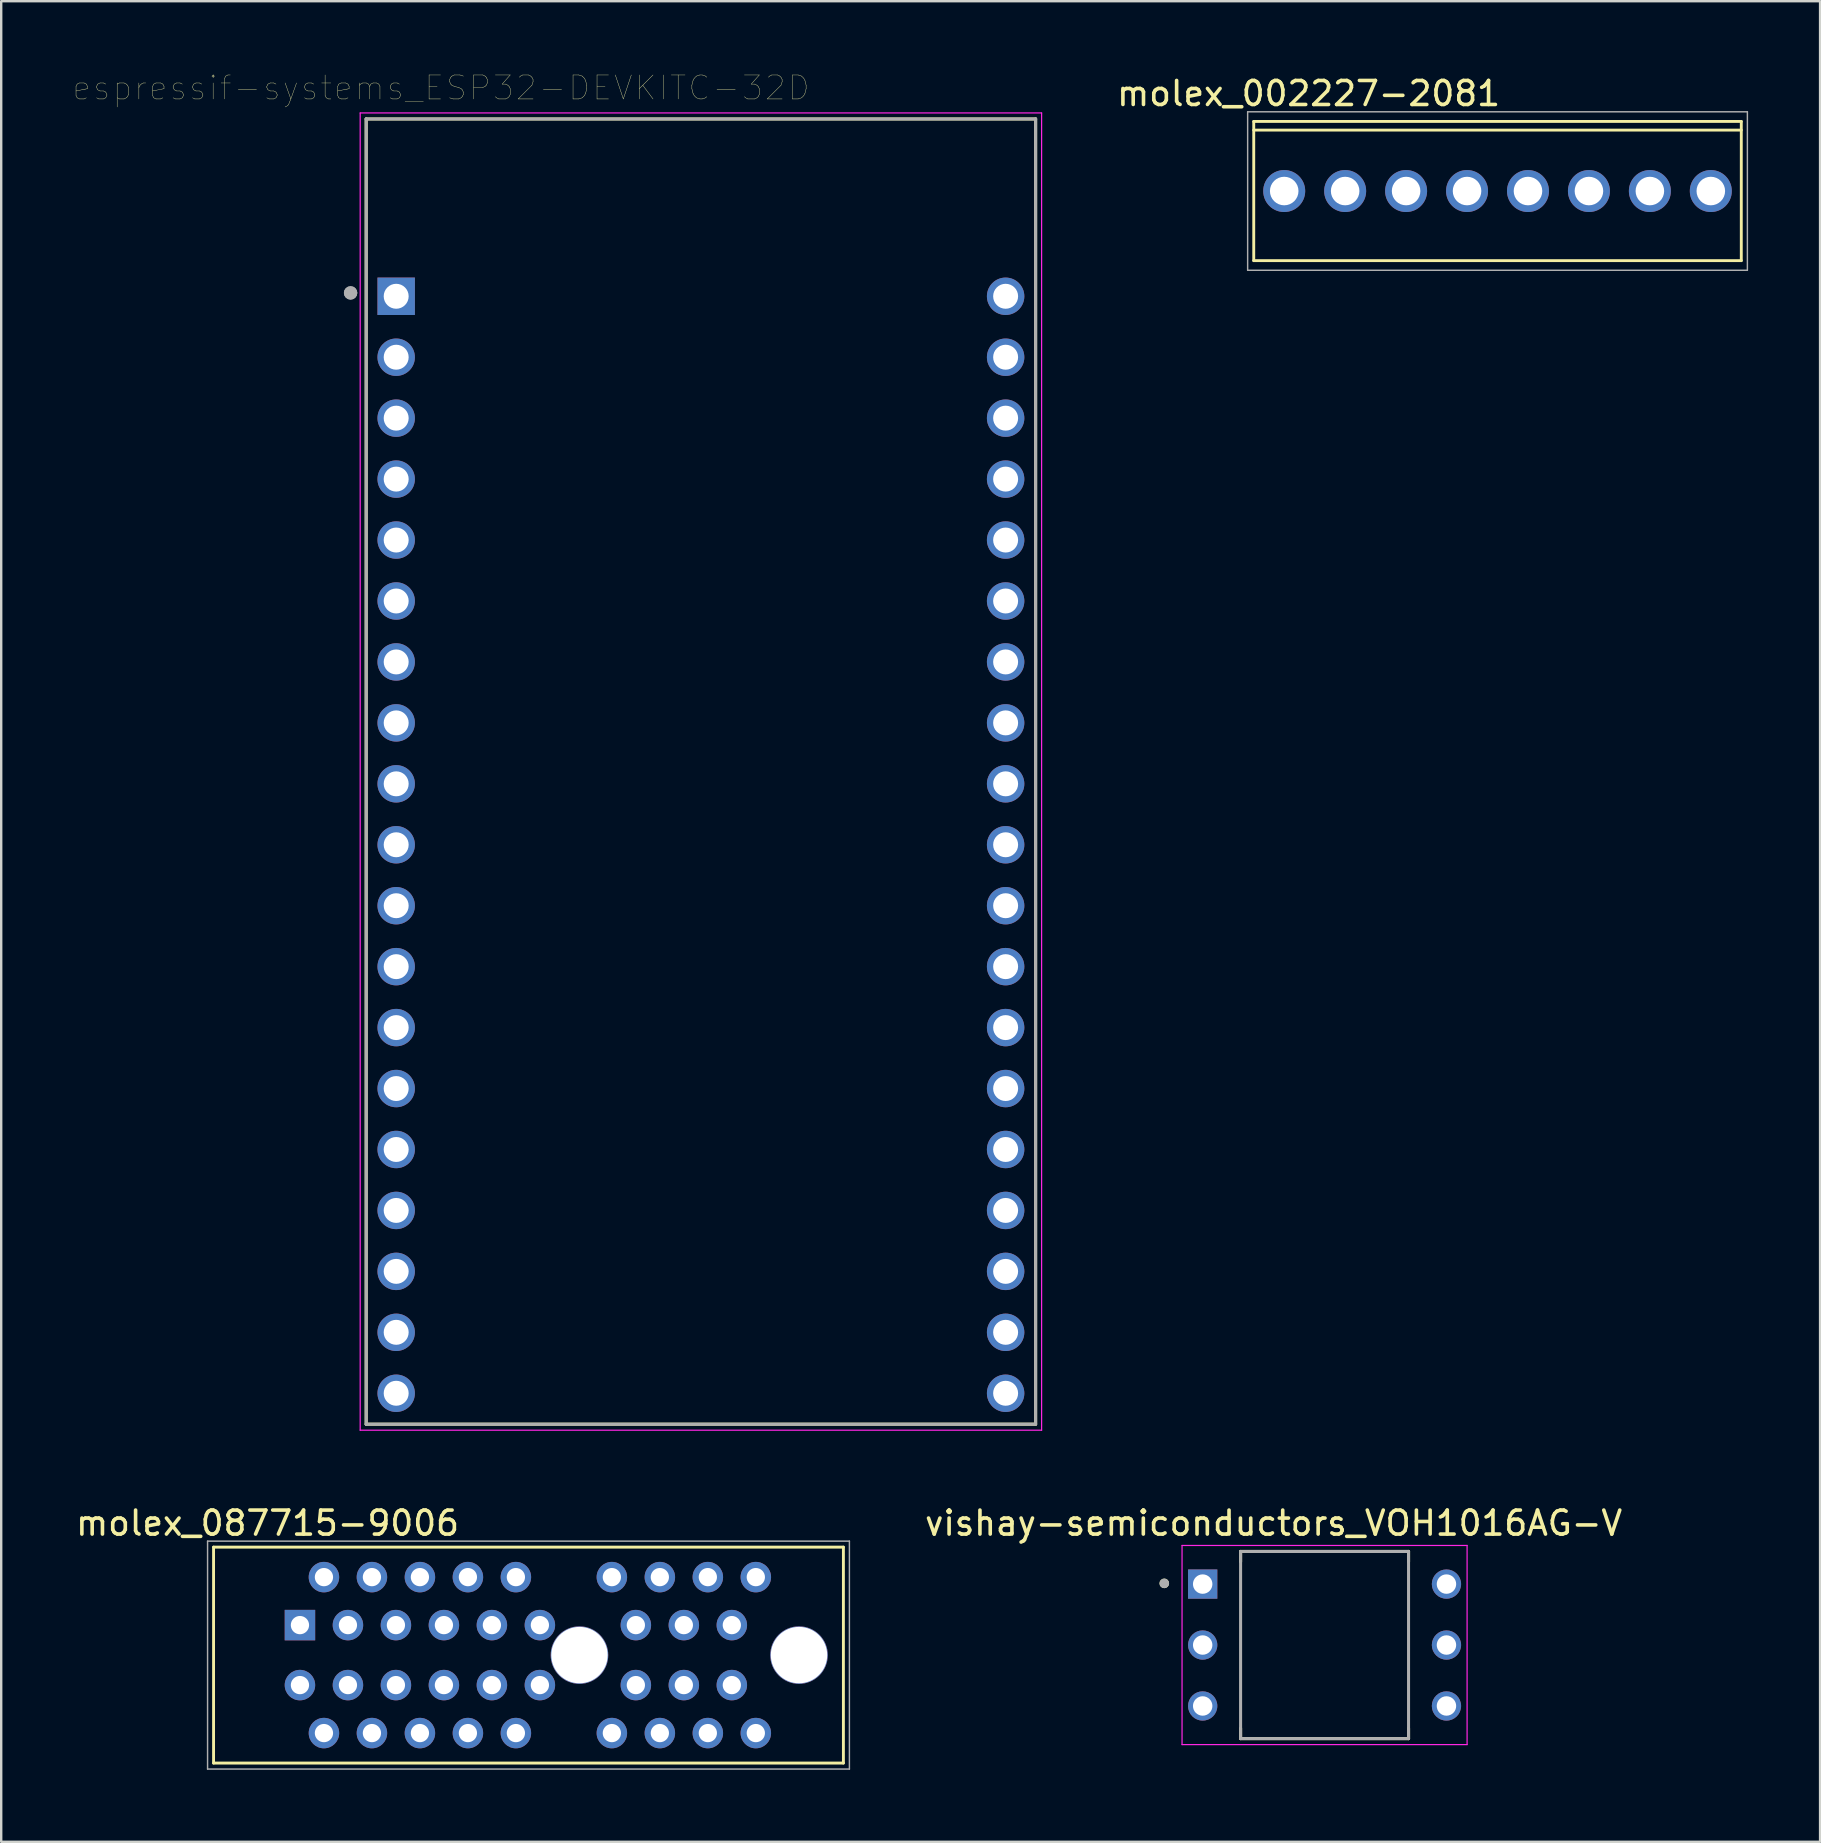
<source format=kicad_pcb>
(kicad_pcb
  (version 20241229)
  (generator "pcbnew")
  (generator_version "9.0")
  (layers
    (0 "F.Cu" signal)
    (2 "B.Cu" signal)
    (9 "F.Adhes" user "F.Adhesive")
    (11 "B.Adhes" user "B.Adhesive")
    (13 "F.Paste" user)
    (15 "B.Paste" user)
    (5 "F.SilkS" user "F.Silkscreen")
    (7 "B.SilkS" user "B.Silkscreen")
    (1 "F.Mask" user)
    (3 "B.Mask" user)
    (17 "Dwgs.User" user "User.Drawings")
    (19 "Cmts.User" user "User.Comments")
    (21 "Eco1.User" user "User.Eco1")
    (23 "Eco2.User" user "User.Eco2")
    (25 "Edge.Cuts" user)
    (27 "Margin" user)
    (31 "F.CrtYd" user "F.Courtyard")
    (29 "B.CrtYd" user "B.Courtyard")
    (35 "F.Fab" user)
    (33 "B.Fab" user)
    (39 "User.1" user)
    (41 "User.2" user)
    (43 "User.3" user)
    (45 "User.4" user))
  (footprint "molex_087715-9006"
    (layer "F.Cu")
    (at 21.101 65.931)
    (property "Reference" "molex_087715-9006" (at -13 -5.5 0) (layer "F.SilkS") (effects (font (size 1 1) (thickness 0.15))))
    (attr through_hole)
    (fp_line (start -15.25 -4.5) (end -15.25 4.5) (stroke (width 0.12) (type solid)) (layer "F.SilkS"))
    (fp_line (start -15.25 4.5) (end 11 4.5) (stroke (width 0.12) (type solid)) (layer "F.SilkS"))
    (fp_line (start 11 -4.5) (end -15.25 -4.5) (stroke (width 0.12) (type solid)) (layer "F.SilkS"))
    (fp_line (start 11 4.5) (end 11 -4.5) (stroke (width 0.12) (type solid)) (layer "F.SilkS"))
    (fp_line (start -15.5 -4.75) (end -15.5 4.75) (stroke (width 0.06) (type solid)) (layer "F.Fab"))
    (fp_line (start -15.5 4.75) (end 11.25 4.75) (stroke (width 0.06) (type solid)) (layer "F.Fab"))
    (fp_line (start 11.25 -4.75) (end -15.5 -4.75) (stroke (width 0.06) (type solid)) (layer "F.Fab"))
    (fp_line (start 11.25 4.75) (end 11.25 -4.75) (stroke (width 0.06) (type solid)) (layer "F.Fab"))
    (pad "" np_thru_hole circle (at 0 0) (size 2.4 2.4) (drill 2.35) (layers "*.Cu" "*.Mask"))
    (pad "" np_thru_hole circle (at 9.15 0) (size 2.4 2.4) (drill 2.35) (layers "*.Cu" "*.Mask"))
    (pad "1" thru_hole rect (at -11.65 -1.25) (size 1.27 1.27) (drill 0.762) (layers "*.Cu" "*.Mask"))
    (pad "2" thru_hole circle (at -11.65 1.25) (size 1.27 1.27) (drill 0.762) (layers "*.Cu" "*.Mask"))
    (pad "3" thru_hole circle (at -10.65 -3.25) (size 1.27 1.27) (drill 0.762) (layers "*.Cu" "*.Mask"))
    (pad "4" thru_hole circle (at -10.65 3.25) (size 1.27 1.27) (drill 0.762) (layers "*.Cu" "*.Mask"))
    (pad "5" thru_hole circle (at -9.65 -1.25) (size 1.27 1.27) (drill 0.762) (layers "*.Cu" "*.Mask"))
    (pad "6" thru_hole circle (at -9.65 1.25) (size 1.27 1.27) (drill 0.762) (layers "*.Cu" "*.Mask"))
    (pad "7" thru_hole circle (at -8.65 -3.25) (size 1.27 1.27) (drill 0.762) (layers "*.Cu" "*.Mask"))
    (pad "8" thru_hole circle (at -8.65 3.25) (size 1.27 1.27) (drill 0.762) (layers "*.Cu" "*.Mask"))
    (pad "9" thru_hole circle (at -7.65 -1.25) (size 1.27 1.27) (drill 0.762) (layers "*.Cu" "*.Mask"))
    (pad "10" thru_hole circle (at -7.65 1.25) (size 1.27 1.27) (drill 0.762) (layers "*.Cu" "*.Mask"))
    (pad "11" thru_hole circle (at -6.65 -3.25) (size 1.27 1.27) (drill 0.762) (layers "*.Cu" "*.Mask"))
    (pad "12" thru_hole circle (at -6.65 3.25) (size 1.27 1.27) (drill 0.762) (layers "*.Cu" "*.Mask"))
    (pad "13" thru_hole circle (at -5.65 -1.25) (size 1.27 1.27) (drill 0.762) (layers "*.Cu" "*.Mask"))
    (pad "14" thru_hole circle (at -5.65 1.25) (size 1.27 1.27) (drill 0.762) (layers "*.Cu" "*.Mask"))
    (pad "15" thru_hole circle (at -4.65 -3.25) (size 1.27 1.27) (drill 0.762) (layers "*.Cu" "*.Mask"))
    (pad "16" thru_hole circle (at -4.65 3.25) (size 1.27 1.27) (drill 0.762) (layers "*.Cu" "*.Mask"))
    (pad "17" thru_hole circle (at -3.65 -1.25) (size 1.27 1.27) (drill 0.762) (layers "*.Cu" "*.Mask"))
    (pad "18" thru_hole circle (at -3.65 1.25) (size 1.27 1.27) (drill 0.762) (layers "*.Cu" "*.Mask"))
    (pad "19" thru_hole circle (at -2.65 -3.25) (size 1.27 1.27) (drill 0.762) (layers "*.Cu" "*.Mask"))
    (pad "20" thru_hole circle (at -2.65 3.25) (size 1.27 1.27) (drill 0.762) (layers "*.Cu" "*.Mask"))
    (pad "21" thru_hole circle (at -1.65 -1.25) (size 1.27 1.27) (drill 0.762) (layers "*.Cu" "*.Mask"))
    (pad "22" thru_hole circle (at -1.65 1.25) (size 1.27 1.27) (drill 0.762) (layers "*.Cu" "*.Mask"))
    (pad "23" thru_hole circle (at 1.35 -3.25 180) (size 1.27 1.27) (drill 0.762) (layers "*.Cu" "*.Mask"))
    (pad "24" thru_hole circle (at 1.35 3.25 180) (size 1.27 1.27) (drill 0.762) (layers "*.Cu" "*.Mask"))
    (pad "25" thru_hole circle (at 2.35 -1.25 180) (size 1.27 1.27) (drill 0.762) (layers "*.Cu" "*.Mask"))
    (pad "26" thru_hole circle (at 2.35 1.25 180) (size 1.27 1.27) (drill 0.762) (layers "*.Cu" "*.Mask"))
    (pad "27" thru_hole circle (at 3.35 -3.25 180) (size 1.27 1.27) (drill 0.762) (layers "*.Cu" "*.Mask"))
    (pad "28" thru_hole circle (at 3.35 3.25 180) (size 1.27 1.27) (drill 0.762) (layers "*.Cu" "*.Mask"))
    (pad "29" thru_hole circle (at 4.35 -1.25 180) (size 1.27 1.27) (drill 0.762) (layers "*.Cu" "*.Mask"))
    (pad "30" thru_hole circle (at 4.35 1.25 180) (size 1.27 1.27) (drill 0.762) (layers "*.Cu" "*.Mask"))
    (pad "31" thru_hole circle (at 5.35 -3.25 180) (size 1.27 1.27) (drill 0.762) (layers "*.Cu" "*.Mask"))
    (pad "32" thru_hole circle (at 5.35 3.25 180) (size 1.27 1.27) (drill 0.762) (layers "*.Cu" "*.Mask"))
    (pad "33" thru_hole circle (at 6.35 -1.25 180) (size 1.27 1.27) (drill 0.762) (layers "*.Cu" "*.Mask"))
    (pad "34" thru_hole circle (at 6.35 1.25 180) (size 1.27 1.27) (drill 0.762) (layers "*.Cu" "*.Mask"))
    (pad "35" thru_hole circle (at 7.35 -3.25 180) (size 1.27 1.27) (drill 0.762) (layers "*.Cu" "*.Mask"))
    (pad "36" thru_hole circle (at 7.35 3.25 180) (size 1.27 1.27) (drill 0.762) (layers "*.Cu" "*.Mask")))
  (footprint "espressif-systems_ESP32-DEVKITC-32D"
    (layer "F.Cu")
    (at 26.162 29.058)
    (property "Reference" "espressif-systems_ESP32-DEVKITC-32D" (at -10.829 -28.446 0) (layer "F.SilkS") (effects (font (size 1 1) (thickness 0.015))))
    (attr through_hole)
    (fp_line (start -13.95 -27.15) (end 13.95 -27.15) (stroke (width 0.127) (type solid)) (layer "F.SilkS"))
    (fp_line (start -13.95 27.25) (end -13.95 -27.15) (stroke (width 0.127) (type solid)) (layer "F.SilkS"))
    (fp_line (start 13.95 -27.15) (end 13.95 27.25) (stroke (width 0.127) (type solid)) (layer "F.SilkS"))
    (fp_line (start 13.95 27.25) (end -13.95 27.25) (stroke (width 0.127) (type solid)) (layer "F.SilkS"))
    (fp_line (start -14.2 -27.4) (end 14.2 -27.4) (stroke (width 0.05) (type solid)) (layer "F.CrtYd"))
    (fp_line (start -14.2 27.5) (end -14.2 -27.4) (stroke (width 0.05) (type solid)) (layer "F.CrtYd"))
    (fp_line (start 14.2 -27.4) (end 14.2 27.5) (stroke (width 0.05) (type solid)) (layer "F.CrtYd"))
    (fp_line (start 14.2 27.5) (end -14.2 27.5) (stroke (width 0.05) (type solid)) (layer "F.CrtYd"))
    (fp_line (start -13.95 -27.15) (end 13.95 -27.15) (stroke (width 0.127) (type solid)) (layer "F.Fab"))
    (fp_line (start -13.95 27.25) (end -13.95 -27.15) (stroke (width 0.127) (type solid)) (layer "F.Fab"))
    (fp_line (start 13.95 -27.15) (end 13.95 27.25) (stroke (width 0.127) (type solid)) (layer "F.Fab"))
    (fp_line (start 13.95 27.25) (end -13.95 27.25) (stroke (width 0.127) (type solid)) (layer "F.Fab"))
    (fp_circle (center -14.6 -19.9) (end -14.46 -19.9) (stroke (width 0.28) (type solid)) (fill no) (layer "F.Fab"))
    (fp_circle (center -14.6 -19.9) (end -14.46 -19.9) (stroke (width 0.28) (type solid)) (fill no) (layer "F.Fab"))
    (pad "1" thru_hole rect (at -12.7 -19.76) (size 1.56 1.56) (drill 1.04) (layers "*.Cu" "*.Mask"))
    (pad "2" thru_hole circle (at -12.7 -17.22) (size 1.56 1.56) (drill 1.04) (layers "*.Cu" "*.Mask"))
    (pad "3" thru_hole circle (at -12.7 -14.68) (size 1.56 1.56) (drill 1.04) (layers "*.Cu" "*.Mask"))
    (pad "4" thru_hole circle (at -12.7 -12.14) (size 1.56 1.56) (drill 1.04) (layers "*.Cu" "*.Mask"))
    (pad "5" thru_hole circle (at -12.7 -9.6) (size 1.56 1.56) (drill 1.04) (layers "*.Cu" "*.Mask"))
    (pad "6" thru_hole circle (at -12.7 -7.06) (size 1.56 1.56) (drill 1.04) (layers "*.Cu" "*.Mask"))
    (pad "7" thru_hole circle (at -12.7 -4.52) (size 1.56 1.56) (drill 1.04) (layers "*.Cu" "*.Mask"))
    (pad "8" thru_hole circle (at -12.7 -1.98) (size 1.56 1.56) (drill 1.04) (layers "*.Cu" "*.Mask"))
    (pad "9" thru_hole circle (at -12.7 0.56) (size 1.56 1.56) (drill 1.04) (layers "*.Cu" "*.Mask"))
    (pad "10" thru_hole circle (at -12.7 3.1) (size 1.56 1.56) (drill 1.04) (layers "*.Cu" "*.Mask"))
    (pad "11" thru_hole circle (at -12.7 5.64) (size 1.56 1.56) (drill 1.04) (layers "*.Cu" "*.Mask"))
    (pad "12" thru_hole circle (at -12.7 8.18) (size 1.56 1.56) (drill 1.04) (layers "*.Cu" "*.Mask"))
    (pad "13" thru_hole circle (at -12.7 10.72) (size 1.56 1.56) (drill 1.04) (layers "*.Cu" "*.Mask"))
    (pad "14" thru_hole circle (at -12.7 13.26) (size 1.56 1.56) (drill 1.04) (layers "*.Cu" "*.Mask"))
    (pad "15" thru_hole circle (at -12.7 15.8) (size 1.56 1.56) (drill 1.04) (layers "*.Cu" "*.Mask"))
    (pad "16" thru_hole circle (at -12.7 18.34) (size 1.56 1.56) (drill 1.04) (layers "*.Cu" "*.Mask"))
    (pad "17" thru_hole circle (at -12.7 20.88) (size 1.56 1.56) (drill 1.04) (layers "*.Cu" "*.Mask"))
    (pad "18" thru_hole circle (at -12.7 23.42) (size 1.56 1.56) (drill 1.04) (layers "*.Cu" "*.Mask"))
    (pad "19" thru_hole circle (at -12.7 25.96) (size 1.56 1.56) (drill 1.04) (layers "*.Cu" "*.Mask"))
    (pad "20" thru_hole circle (at 12.7 -19.76) (size 1.56 1.56) (drill 1.04) (layers "*.Cu" "*.Mask"))
    (pad "21" thru_hole circle (at 12.7 -17.22) (size 1.56 1.56) (drill 1.04) (layers "*.Cu" "*.Mask"))
    (pad "22" thru_hole circle (at 12.7 -14.68) (size 1.56 1.56) (drill 1.04) (layers "*.Cu" "*.Mask"))
    (pad "23" thru_hole circle (at 12.7 -12.14) (size 1.56 1.56) (drill 1.04) (layers "*.Cu" "*.Mask"))
    (pad "24" thru_hole circle (at 12.7 -9.6) (size 1.56 1.56) (drill 1.04) (layers "*.Cu" "*.Mask"))
    (pad "25" thru_hole circle (at 12.7 -7.06) (size 1.56 1.56) (drill 1.04) (layers "*.Cu" "*.Mask"))
    (pad "26" thru_hole circle (at 12.7 -4.52) (size 1.56 1.56) (drill 1.04) (layers "*.Cu" "*.Mask"))
    (pad "27" thru_hole circle (at 12.7 -1.98) (size 1.56 1.56) (drill 1.04) (layers "*.Cu" "*.Mask"))
    (pad "28" thru_hole circle (at 12.7 0.56) (size 1.56 1.56) (drill 1.04) (layers "*.Cu" "*.Mask"))
    (pad "29" thru_hole circle (at 12.7 3.1) (size 1.56 1.56) (drill 1.04) (layers "*.Cu" "*.Mask"))
    (pad "30" thru_hole circle (at 12.7 5.64) (size 1.56 1.56) (drill 1.04) (layers "*.Cu" "*.Mask"))
    (pad "31" thru_hole circle (at 12.7 8.18) (size 1.56 1.56) (drill 1.04) (layers "*.Cu" "*.Mask"))
    (pad "32" thru_hole circle (at 12.7 10.72) (size 1.56 1.56) (drill 1.04) (layers "*.Cu" "*.Mask"))
    (pad "33" thru_hole circle (at 12.7 13.26) (size 1.56 1.56) (drill 1.04) (layers "*.Cu" "*.Mask"))
    (pad "34" thru_hole circle (at 12.7 15.8) (size 1.56 1.56) (drill 1.04) (layers "*.Cu" "*.Mask"))
    (pad "35" thru_hole circle (at 12.7 18.34) (size 1.56 1.56) (drill 1.04) (layers "*.Cu" "*.Mask"))
    (pad "36" thru_hole circle (at 12.7 20.88) (size 1.56 1.56) (drill 1.04) (layers "*.Cu" "*.Mask"))
    (pad "37" thru_hole circle (at 12.7 23.42) (size 1.56 1.56) (drill 1.04) (layers "*.Cu" "*.Mask"))
    (pad "38" thru_hole circle (at 12.7 25.96) (size 1.56 1.56) (drill 1.04) (layers "*.Cu" "*.Mask")))
  (footprint "vishay-semiconductors_VOH1016AG-V"
    (layer "F.Cu")
    (at 52.155 65.511)
    (property "Reference" "vishay-semiconductors_VOH1016AG-V" (at -2.125 -5.08 0) (layer "F.SilkS") (effects (font (size 1 1) (thickness 0.15))))
    (attr through_hole)
    (fp_line (start -3.5 -3.9) (end -3.5 -3.47) (stroke (width 0.127) (type solid)) (layer "F.SilkS"))
    (fp_line (start -3.5 3.9) (end -3.5 3.47) (stroke (width 0.127) (type solid)) (layer "F.SilkS"))
    (fp_line (start -3.5 3.9) (end 3.5 3.9) (stroke (width 0.127) (type solid)) (layer "F.SilkS"))
    (fp_line (start 3.5 -3.9) (end -3.5 -3.9) (stroke (width 0.127) (type solid)) (layer "F.SilkS"))
    (fp_line (start 3.5 -3.9) (end 3.5 -3.47) (stroke (width 0.127) (type solid)) (layer "F.SilkS"))
    (fp_line (start 3.5 3.9) (end 3.5 3.47) (stroke (width 0.127) (type solid)) (layer "F.SilkS"))
    (fp_circle (center -6.68 -2.57) (end -6.58 -2.57) (stroke (width 0.2) (type solid)) (fill no) (layer "F.SilkS"))
    (fp_line (start -5.94 -4.15) (end -5.94 4.15) (stroke (width 0.05) (type solid)) (layer "F.CrtYd"))
    (fp_line (start -5.94 4.15) (end 5.94 4.15) (stroke (width 0.05) (type solid)) (layer "F.CrtYd"))
    (fp_line (start 5.94 -4.15) (end -5.94 -4.15) (stroke (width 0.05) (type solid)) (layer "F.CrtYd"))
    (fp_line (start 5.94 4.15) (end 5.94 -4.15) (stroke (width 0.05) (type solid)) (layer "F.CrtYd"))
    (fp_line (start -3.5 -3.9) (end -3.5 3.9) (stroke (width 0.127) (type solid)) (layer "F.Fab"))
    (fp_line (start -3.5 3.9) (end 3.5 3.9) (stroke (width 0.127) (type solid)) (layer "F.Fab"))
    (fp_line (start 3.5 -3.9) (end -3.5 -3.9) (stroke (width 0.127) (type solid)) (layer "F.Fab"))
    (fp_line (start 3.5 3.9) (end 3.5 -3.9) (stroke (width 0.127) (type solid)) (layer "F.Fab"))
    (fp_circle (center -6.68 -2.57) (end -6.58 -2.57) (stroke (width 0.2) (type solid)) (fill no) (layer "F.Fab"))
    (pad "1" thru_hole rect (at -5.08 -2.54) (size 1.22 1.22) (drill 0.81) (layers "*.Cu" "*.Mask"))
    (pad "2" thru_hole circle (at -5.08 0) (size 1.22 1.22) (drill 0.81) (layers "*.Cu" "*.Mask"))
    (pad "3" thru_hole circle (at -5.08 2.54) (size 1.22 1.22) (drill 0.81) (layers "*.Cu" "*.Mask"))
    (pad "4" thru_hole circle (at 5.08 2.54) (size 1.22 1.22) (drill 0.81) (layers "*.Cu" "*.Mask"))
    (pad "5" thru_hole circle (at 5.08 0) (size 1.22 1.22) (drill 0.81) (layers "*.Cu" "*.Mask"))
    (pad "6" thru_hole circle (at 5.08 -2.54) (size 1.22 1.22) (drill 0.81) (layers "*.Cu" "*.Mask")))
  (footprint "molex_002227-2081"
    (layer "F.Cu")
    (at 59.363 4.912)
    (property "Reference" "molex_002227-2081" (at -7.874 -4.064 0) (layer "F.SilkS") (effects (font (size 1 1) (thickness 0.15))))
    (attr through_hole)
    (fp_line (start -10.16 -2.9) (end -10.16 2.9) (stroke (width 0.12) (type solid)) (layer "F.SilkS"))
    (fp_line (start 10.16 -2.9) (end -10.16 -2.9) (stroke (width 0.12) (type solid)) (layer "F.SilkS"))
    (fp_line (start 10.16 -2.9) (end 10.16 2.9) (stroke (width 0.12) (type solid)) (layer "F.SilkS"))
    (fp_line (start 10.16 -2.54) (end -10.16 -2.54) (stroke (width 0.12) (type solid)) (layer "F.SilkS"))
    (fp_line (start 10.16 2.9) (end -10.16 2.9) (stroke (width 0.12) (type solid)) (layer "F.SilkS"))
    (fp_line (start -10.414 -3.302) (end -10.414 3.302) (stroke (width 0.06) (type solid)) (layer "F.Fab"))
    (fp_line (start -10.414 3.302) (end 10.414 3.302) (stroke (width 0.06) (type solid)) (layer "F.Fab"))
    (fp_line (start 10.414 -3.302) (end -10.414 -3.302) (stroke (width 0.06) (type solid)) (layer "F.Fab"))
    (fp_line (start 10.414 3.302) (end 10.414 -3.302) (stroke (width 0.06) (type solid)) (layer "F.Fab"))
    (pad "1" thru_hole circle (at -8.89 0) (size 1.75 1.75) (drill 1.19) (layers "*.Cu" "*.Mask"))
    (pad "2" thru_hole circle (at -6.35 0) (size 1.75 1.75) (drill 1.19) (layers "*.Cu" "*.Mask"))
    (pad "3" thru_hole circle (at -3.81 0) (size 1.75 1.75) (drill 1.19) (layers "*.Cu" "*.Mask"))
    (pad "4" thru_hole circle (at -1.27 0) (size 1.75 1.75) (drill 1.19) (layers "*.Cu" "*.Mask"))
    (pad "5" thru_hole circle (at 1.27 0) (size 1.75 1.75) (drill 1.19) (layers "*.Cu" "*.Mask"))
    (pad "6" thru_hole circle (at 3.81 0) (size 1.75 1.75) (drill 1.19) (layers "*.Cu" "*.Mask"))
    (pad "7" thru_hole circle (at 6.35 0) (size 1.75 1.75) (drill 1.19) (layers "*.Cu" "*.Mask"))
    (pad "8" thru_hole circle (at 8.89 0) (size 1.75 1.75) (drill 1.19) (layers "*.Cu" "*.Mask")))
  (gr_rect
    (start -3 -3)
    (end 72.807 73.711)
    (stroke (width 0.1) (type default))
    (fill no)
    (layer "Edge.Cuts")))
</source>
